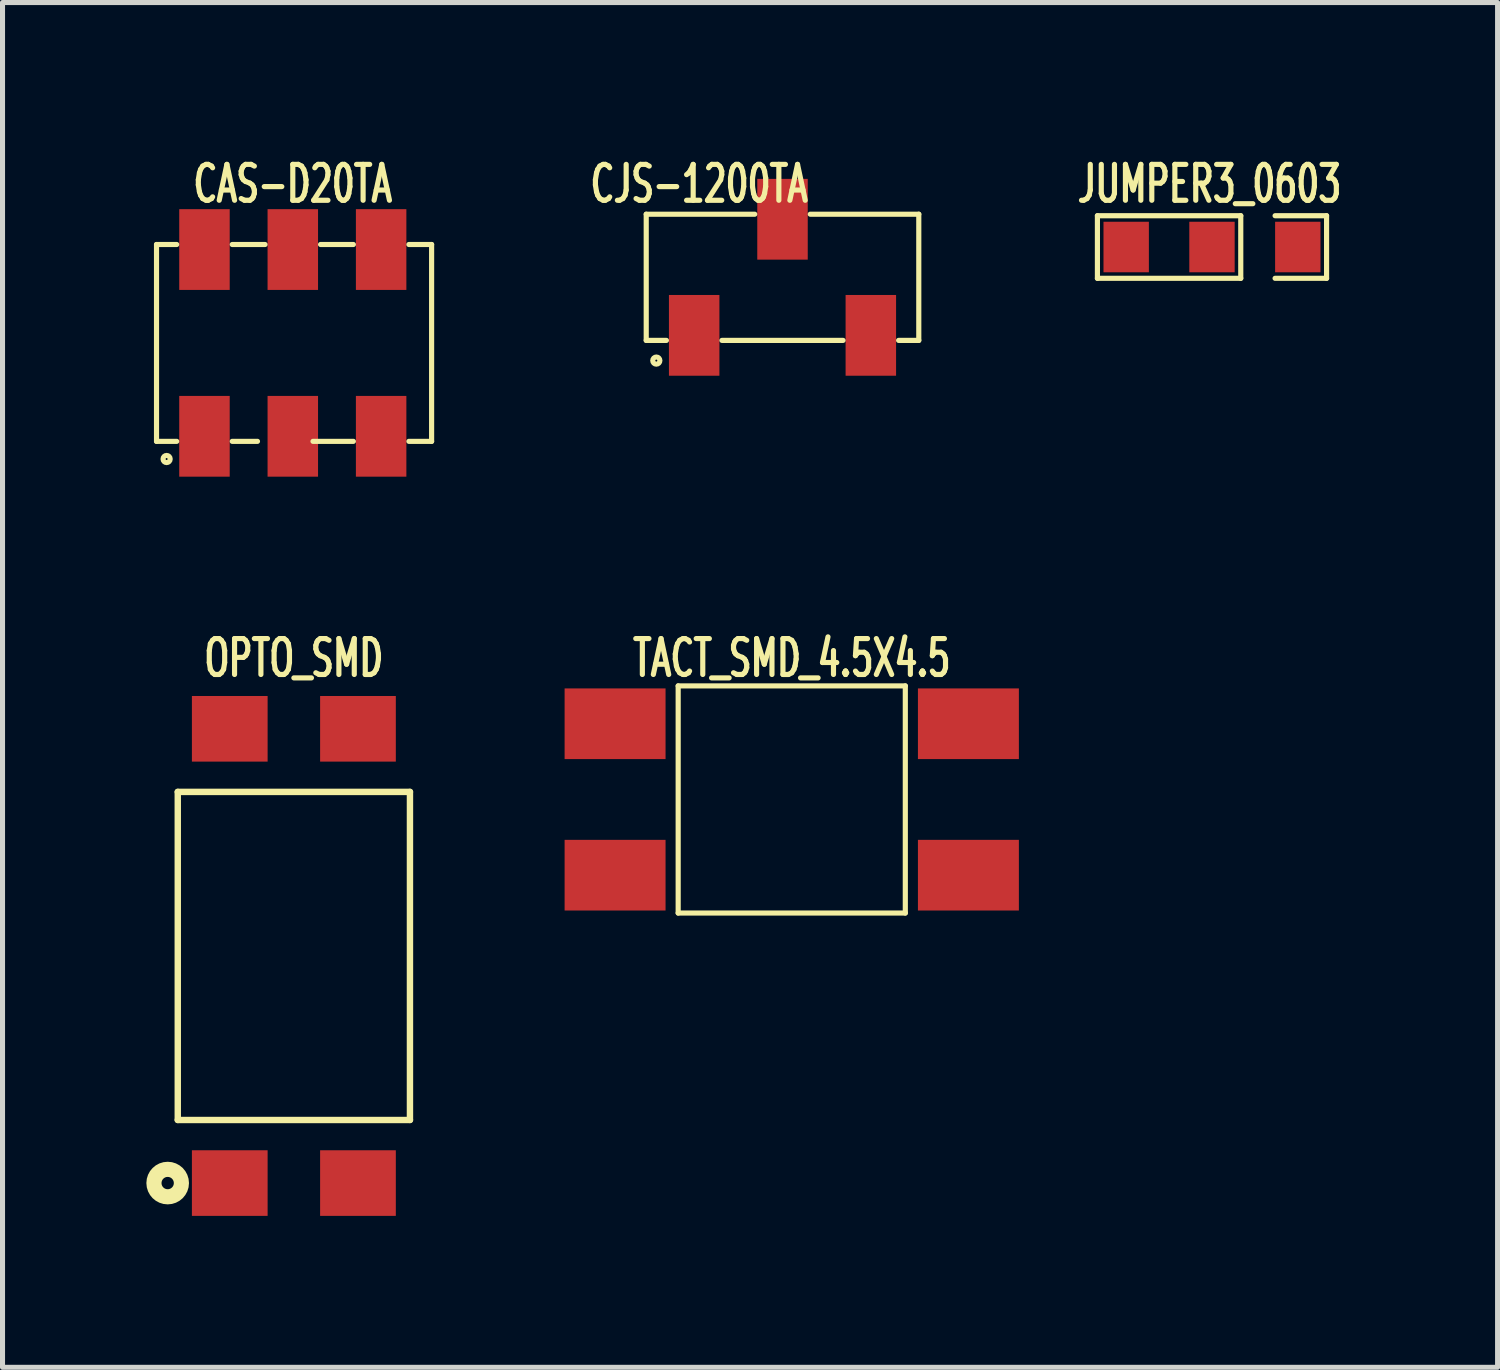
<source format=kicad_pcb>
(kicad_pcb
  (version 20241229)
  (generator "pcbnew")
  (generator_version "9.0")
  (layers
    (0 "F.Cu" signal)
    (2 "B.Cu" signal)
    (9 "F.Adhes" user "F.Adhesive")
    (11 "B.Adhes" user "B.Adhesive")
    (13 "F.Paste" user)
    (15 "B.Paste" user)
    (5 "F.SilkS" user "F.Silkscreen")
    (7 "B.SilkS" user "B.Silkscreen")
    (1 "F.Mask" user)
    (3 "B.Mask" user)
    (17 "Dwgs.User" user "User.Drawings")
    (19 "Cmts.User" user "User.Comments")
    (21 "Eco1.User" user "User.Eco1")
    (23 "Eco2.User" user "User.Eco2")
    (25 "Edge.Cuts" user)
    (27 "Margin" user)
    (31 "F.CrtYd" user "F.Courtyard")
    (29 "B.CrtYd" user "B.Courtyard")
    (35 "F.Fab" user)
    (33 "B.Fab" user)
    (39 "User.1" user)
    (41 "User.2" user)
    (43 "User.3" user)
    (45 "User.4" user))
  (footprint "CJS-1200TA"
    (layer "F.Cu")
    (at 12.453 2.444)
    (property "Reference" "CJS-1200TA" (at -1.65 -1.85 0) (layer "F.SilkS") (effects (font (size 0.711 0.457) (thickness 0.102))))
    (attr through_hole)
    (fp_line (start -2.7 -1.25) (end -2.7 1.25) (stroke (width 0.102) (type solid)) (layer "F.SilkS"))
    (fp_line (start -2.7 -1.25) (end -0.55 -1.25) (stroke (width 0.102) (type solid)) (layer "F.SilkS"))
    (fp_line (start -2.7 1.25) (end -2.3 1.25) (stroke (width 0.102) (type solid)) (layer "F.SilkS"))
    (fp_line (start -1.2 1.25) (end 1.2 1.25) (stroke (width 0.102) (type solid)) (layer "F.SilkS"))
    (fp_line (start 2.3 1.25) (end 2.7 1.25) (stroke (width 0.102) (type solid)) (layer "F.SilkS"))
    (fp_line (start 2.7 -1.25) (end 0.55 -1.25) (stroke (width 0.102) (type solid)) (layer "F.SilkS"))
    (fp_line (start 2.7 1.25) (end 2.7 -1.25) (stroke (width 0.102) (type solid)) (layer "F.SilkS"))
    (fp_circle (center -2.5 1.65) (end -2.45 1.6) (stroke (width 0.102) (type solid)) (fill no) (layer "F.SilkS"))
    (pad "1" smd rect (at -1.75 1.15) (size 1 1.6) (layers "F.Cu" "F.Mask" "F.Paste"))
    (pad "2" smd rect (at 0 -1.15) (size 1 1.6) (layers "F.Cu" "F.Mask" "F.Paste"))
    (pad "3" smd rect (at 1.75 1.15) (size 1 1.6) (layers "F.Cu" "F.Mask" "F.Paste")))
  (footprint "JUMPER3_0603"
    (layer "F.Cu")
    (at 20.112 1.844)
    (property "Reference" "JUMPER3_0603" (at 0.8 -1.25 0) (layer "F.SilkS") (effects (font (size 0.711 0.457) (thickness 0.102))))
    (attr through_hole)
    (fp_line (start -1.42 -0.62) (end -1.42 0.62) (stroke (width 0.102) (type solid)) (layer "F.SilkS"))
    (fp_line (start -1.42 0.62) (end 1.42 0.62) (stroke (width 0.102) (type solid)) (layer "F.SilkS"))
    (fp_line (start 1.42 -0.62) (end -1.42 -0.62) (stroke (width 0.102) (type solid)) (layer "F.SilkS"))
    (fp_line (start 1.42 0.62) (end 1.42 -0.62) (stroke (width 0.102) (type solid)) (layer "F.SilkS"))
    (fp_line (start 3.12 -0.62) (end 2.1 -0.62) (stroke (width 0.102) (type solid)) (layer "F.SilkS"))
    (fp_line (start 3.12 -0.62) (end 3.12 0.62) (stroke (width 0.102) (type solid)) (layer "F.SilkS"))
    (fp_line (start 3.12 0.62) (end 2.1 0.62) (stroke (width 0.102) (type solid)) (layer "F.SilkS"))
    (pad "1" smd rect (at -0.85 0) (size 0.899 1.001) (layers "F.Cu" "F.Mask" "F.Paste"))
    (pad "2" smd rect (at 0.85 0) (size 0.899 1.001) (layers "F.Cu" "F.Mask" "F.Paste"))
    (pad "3" smd rect (at 2.55 0) (size 0.899 1.001) (layers "F.Cu" "F.Mask" "F.Paste")))
  (footprint "CAS-D20TA"
    (layer "F.Cu")
    (at 2.751 3.744)
    (property "Reference" "CAS-D20TA" (at 0 -3.15 0) (layer "F.SilkS") (effects (font (size 0.711 0.457) (thickness 0.102))))
    (attr through_hole)
    (fp_line (start -2.7 -1.95) (end -2.7 1.95) (stroke (width 0.102) (type solid)) (layer "F.SilkS"))
    (fp_line (start -2.7 -1.95) (end -2.3 -1.95) (stroke (width 0.102) (type solid)) (layer "F.SilkS"))
    (fp_line (start -2.7 1.95) (end -2.3 1.95) (stroke (width 0.102) (type solid)) (layer "F.SilkS"))
    (fp_line (start -1.2 -1.95) (end -0.55 -1.95) (stroke (width 0.102) (type solid)) (layer "F.SilkS"))
    (fp_line (start -0.7 1.95) (end -1.2 1.95) (stroke (width 0.102) (type solid)) (layer "F.SilkS"))
    (fp_line (start 0.55 -1.95) (end 1.2 -1.95) (stroke (width 0.102) (type solid)) (layer "F.SilkS"))
    (fp_line (start 1.2 1.95) (end 0.4 1.95) (stroke (width 0.102) (type solid)) (layer "F.SilkS"))
    (fp_line (start 2.75 -1.95) (end 2.3 -1.95) (stroke (width 0.102) (type solid)) (layer "F.SilkS"))
    (fp_line (start 2.75 1.95) (end 2.3 1.95) (stroke (width 0.102) (type solid)) (layer "F.SilkS"))
    (fp_line (start 2.75 1.95) (end 2.75 -1.95) (stroke (width 0.102) (type solid)) (layer "F.SilkS"))
    (fp_circle (center -2.5 2.3) (end -2.45 2.25) (stroke (width 0.102) (type solid)) (fill no) (layer "F.SilkS"))
    (pad "1" smd rect (at -1.75 1.85) (size 1 1.6) (layers "F.Cu" "F.Mask" "F.Paste"))
    (pad "2" smd rect (at 0 1.85) (size 1 1.6) (layers "F.Cu" "F.Mask" "F.Paste"))
    (pad "3" smd rect (at 1.75 1.85) (size 1 1.6) (layers "F.Cu" "F.Mask" "F.Paste"))
    (pad "4" smd rect (at -1.75 -1.85) (size 1 1.6) (layers "F.Cu" "F.Mask" "F.Paste"))
    (pad "5" smd rect (at 0 -1.85) (size 1 1.6) (layers "F.Cu" "F.Mask" "F.Paste"))
    (pad "6" smd rect (at 1.75 -1.85) (size 1 1.6) (layers "F.Cu" "F.Mask" "F.Paste")))
  (footprint "OPTO_SMD"
    (layer "F.Cu")
    (at 2.772 15.889)
    (property "Reference" "OPTO_SMD" (at 0 -5.9 0) (layer "F.SilkS") (effects (font (size 0.711 0.457) (thickness 0.102))))
    (attr through_hole)
    (fp_line (start -2.3 -3.25) (end 2.3 -3.25) (stroke (width 0.127) (type solid)) (layer "F.SilkS"))
    (fp_line (start -2.3 3.25) (end -2.3 -3.25) (stroke (width 0.127) (type solid)) (layer "F.SilkS"))
    (fp_line (start 2.3 -3.25) (end 2.3 3.25) (stroke (width 0.127) (type solid)) (layer "F.SilkS"))
    (fp_line (start 2.3 3.25) (end -2.3 3.25) (stroke (width 0.127) (type solid)) (layer "F.SilkS"))
    (fp_circle (center -2.5 4.5) (end -2.43 4.4) (stroke (width 0.3) (type solid)) (fill no) (layer "F.SilkS"))
    (pad "1" smd rect (at -1.27 4.5) (size 1.5 1.3) (layers "F.Cu" "F.Mask" "F.Paste"))
    (pad "2" smd rect (at 1.27 4.5) (size 1.5 1.3) (layers "F.Cu" "F.Mask" "F.Paste"))
    (pad "3" smd rect (at 1.27 -4.5) (size 1.5 1.3) (layers "F.Cu" "F.Mask" "F.Paste"))
    (pad "4" smd rect (at -1.27 -4.5) (size 1.5 1.3) (layers "F.Cu" "F.Mask" "F.Paste")))
  (footprint "TACT_SMD_4.5X4.5"
    (layer "F.Cu")
    (at 12.636 12.789)
    (property "Reference" "TACT_SMD_4.5X4.5" (at 0 -2.8 0) (layer "F.SilkS") (effects (font (size 0.711 0.457) (thickness 0.102))))
    (attr through_hole)
    (fp_line (start -2.25 -2.25) (end 2.25 -2.25) (stroke (width 0.102) (type solid)) (layer "F.SilkS"))
    (fp_line (start -2.25 2.25) (end -2.25 -2.25) (stroke (width 0.102) (type solid)) (layer "F.SilkS"))
    (fp_line (start 2.25 -2.25) (end 2.25 2.25) (stroke (width 0.102) (type solid)) (layer "F.SilkS"))
    (fp_line (start 2.25 2.25) (end -2.25 2.25) (stroke (width 0.102) (type solid)) (layer "F.SilkS"))
    (pad "1" smd rect (at -3.5 -1.5) (size 2 1.4) (layers "F.Cu" "F.Mask" "F.Paste"))
    (pad "2" smd rect (at 3.5 -1.5) (size 2 1.4) (layers "F.Cu" "F.Mask" "F.Paste"))
    (pad "3" smd rect (at -3.5 1.5) (size 2 1.4) (layers "F.Cu" "F.Mask" "F.Paste"))
    (pad "4" smd rect (at 3.5 1.5) (size 2 1.4) (layers "F.Cu" "F.Mask" "F.Paste")))
  (gr_rect
    (start -3 -3)
    (end 26.62 24.039)
    (stroke (width 0.1) (type default))
    (fill no)
    (layer "Edge.Cuts")))
</source>
